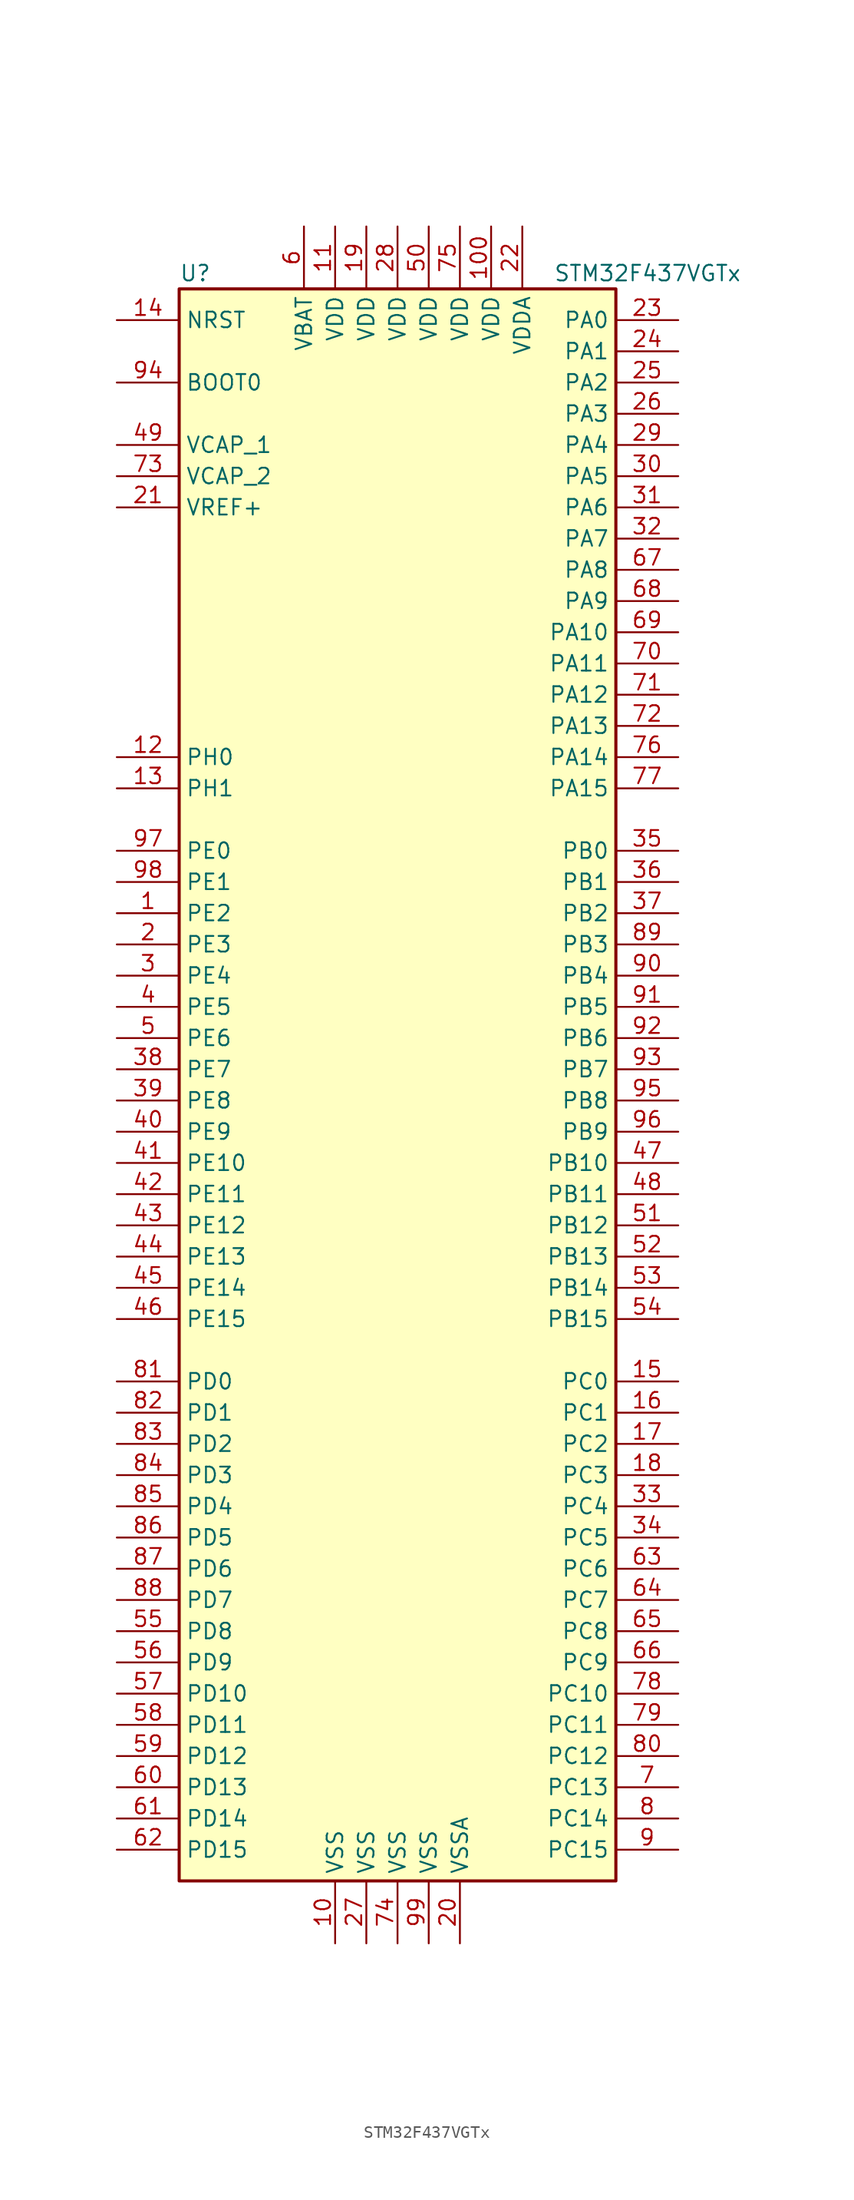
<source format=kicad_sym>
(kicad_symbol_lib
  (version 20220914)
  (generator kicad_symbol_editor)
  (symbol "STM32F437VGTx"
    (property "Reference" "U"
      (at -17.78 64.77 0)
      (effects (font (size 1.27 1.27)) (justify left)))
    (property "Value" "STM32F437VGTx"
      (at 12.7 64.77 0)
      (effects (font (size 1.27 1.27)) (justify left)))
    (symbol "STM32F437VGTx_0_1"
      (rectangle (start -17.78 -66.04) (end 17.78 63.5) (stroke (width 0.254) (type default)) (fill (type background))))
    (symbol "STM32F437VGTx_1_1"
      (pin bidirectional line (at -22.86 12.7 0) (length 5.08) (name "PE2" (effects (font (size 1.27 1.27)))) (number "1" (effects (font (size 1.27 1.27)))))
      (pin power_in line (at -5.08 -71.12 90) (length 5.08) (name "VSS" (effects (font (size 1.27 1.27)))) (number "10" (effects (font (size 1.27 1.27)))))
      (pin power_in line (at 7.62 68.58 270) (length 5.08) (name "VDD" (effects (font (size 1.27 1.27)))) (number "100" (effects (font (size 1.27 1.27)))))
      (pin power_in line (at -5.08 68.58 270) (length 5.08) (name "VDD" (effects (font (size 1.27 1.27)))) (number "11" (effects (font (size 1.27 1.27)))))
      (pin input line (at -22.86 25.4 0) (length 5.08) (name "PH0" (effects (font (size 1.27 1.27)))) (number "12" (effects (font (size 1.27 1.27)))))
      (pin input line (at -22.86 22.86 0) (length 5.08) (name "PH1" (effects (font (size 1.27 1.27)))) (number "13" (effects (font (size 1.27 1.27)))))
      (pin input line (at -22.86 60.96 0) (length 5.08) (name "NRST" (effects (font (size 1.27 1.27)))) (number "14" (effects (font (size 1.27 1.27)))))
      (pin bidirectional line (at 22.86 -25.4 180) (length 5.08) (name "PC0" (effects (font (size 1.27 1.27)))) (number "15" (effects (font (size 1.27 1.27)))))
      (pin bidirectional line (at 22.86 -27.94 180) (length 5.08) (name "PC1" (effects (font (size 1.27 1.27)))) (number "16" (effects (font (size 1.27 1.27)))))
      (pin bidirectional line (at 22.86 -30.48 180) (length 5.08) (name "PC2" (effects (font (size 1.27 1.27)))) (number "17" (effects (font (size 1.27 1.27)))))
      (pin bidirectional line (at 22.86 -33.02 180) (length 5.08) (name "PC3" (effects (font (size 1.27 1.27)))) (number "18" (effects (font (size 1.27 1.27)))))
      (pin power_in line (at -2.54 68.58 270) (length 5.08) (name "VDD" (effects (font (size 1.27 1.27)))) (number "19" (effects (font (size 1.27 1.27)))))
      (pin bidirectional line (at -22.86 10.16 0) (length 5.08) (name "PE3" (effects (font (size 1.27 1.27)))) (number "2" (effects (font (size 1.27 1.27)))))
      (pin power_in line (at 5.08 -71.12 90) (length 5.08) (name "VSSA" (effects (font (size 1.27 1.27)))) (number "20" (effects (font (size 1.27 1.27)))))
      (pin power_in line (at -22.86 45.72 0) (length 5.08) (name "VREF+" (effects (font (size 1.27 1.27)))) (number "21" (effects (font (size 1.27 1.27)))))
      (pin power_in line (at 10.16 68.58 270) (length 5.08) (name "VDDA" (effects (font (size 1.27 1.27)))) (number "22" (effects (font (size 1.27 1.27)))))
      (pin bidirectional line (at 22.86 60.96 180) (length 5.08) (name "PA0" (effects (font (size 1.27 1.27)))) (number "23" (effects (font (size 1.27 1.27)))))
      (pin bidirectional line (at 22.86 58.42 180) (length 5.08) (name "PA1" (effects (font (size 1.27 1.27)))) (number "24" (effects (font (size 1.27 1.27)))))
      (pin bidirectional line (at 22.86 55.88 180) (length 5.08) (name "PA2" (effects (font (size 1.27 1.27)))) (number "25" (effects (font (size 1.27 1.27)))))
      (pin bidirectional line (at 22.86 53.34 180) (length 5.08) (name "PA3" (effects (font (size 1.27 1.27)))) (number "26" (effects (font (size 1.27 1.27)))))
      (pin power_in line (at -2.54 -71.12 90) (length 5.08) (name "VSS" (effects (font (size 1.27 1.27)))) (number "27" (effects (font (size 1.27 1.27)))))
      (pin power_in line (at 0 68.58 270) (length 5.08) (name "VDD" (effects (font (size 1.27 1.27)))) (number "28" (effects (font (size 1.27 1.27)))))
      (pin bidirectional line (at 22.86 50.8 180) (length 5.08) (name "PA4" (effects (font (size 1.27 1.27)))) (number "29" (effects (font (size 1.27 1.27)))))
      (pin bidirectional line (at -22.86 7.62 0) (length 5.08) (name "PE4" (effects (font (size 1.27 1.27)))) (number "3" (effects (font (size 1.27 1.27)))))
      (pin bidirectional line (at 22.86 48.26 180) (length 5.08) (name "PA5" (effects (font (size 1.27 1.27)))) (number "30" (effects (font (size 1.27 1.27)))))
      (pin bidirectional line (at 22.86 45.72 180) (length 5.08) (name "PA6" (effects (font (size 1.27 1.27)))) (number "31" (effects (font (size 1.27 1.27)))))
      (pin bidirectional line (at 22.86 43.18 180) (length 5.08) (name "PA7" (effects (font (size 1.27 1.27)))) (number "32" (effects (font (size 1.27 1.27)))))
      (pin bidirectional line (at 22.86 -35.56 180) (length 5.08) (name "PC4" (effects (font (size 1.27 1.27)))) (number "33" (effects (font (size 1.27 1.27)))))
      (pin bidirectional line (at 22.86 -38.1 180) (length 5.08) (name "PC5" (effects (font (size 1.27 1.27)))) (number "34" (effects (font (size 1.27 1.27)))))
      (pin bidirectional line (at 22.86 17.78 180) (length 5.08) (name "PB0" (effects (font (size 1.27 1.27)))) (number "35" (effects (font (size 1.27 1.27)))))
      (pin bidirectional line (at 22.86 15.24 180) (length 5.08) (name "PB1" (effects (font (size 1.27 1.27)))) (number "36" (effects (font (size 1.27 1.27)))))
      (pin bidirectional line (at 22.86 12.7 180) (length 5.08) (name "PB2" (effects (font (size 1.27 1.27)))) (number "37" (effects (font (size 1.27 1.27)))))
      (pin bidirectional line (at -22.86 0 0) (length 5.08) (name "PE7" (effects (font (size 1.27 1.27)))) (number "38" (effects (font (size 1.27 1.27)))))
      (pin bidirectional line (at -22.86 -2.54 0) (length 5.08) (name "PE8" (effects (font (size 1.27 1.27)))) (number "39" (effects (font (size 1.27 1.27)))))
      (pin bidirectional line (at -22.86 5.08 0) (length 5.08) (name "PE5" (effects (font (size 1.27 1.27)))) (number "4" (effects (font (size 1.27 1.27)))))
      (pin bidirectional line (at -22.86 -5.08 0) (length 5.08) (name "PE9" (effects (font (size 1.27 1.27)))) (number "40" (effects (font (size 1.27 1.27)))))
      (pin bidirectional line (at -22.86 -7.62 0) (length 5.08) (name "PE10" (effects (font (size 1.27 1.27)))) (number "41" (effects (font (size 1.27 1.27)))))
      (pin bidirectional line (at -22.86 -10.16 0) (length 5.08) (name "PE11" (effects (font (size 1.27 1.27)))) (number "42" (effects (font (size 1.27 1.27)))))
      (pin bidirectional line (at -22.86 -12.7 0) (length 5.08) (name "PE12" (effects (font (size 1.27 1.27)))) (number "43" (effects (font (size 1.27 1.27)))))
      (pin bidirectional line (at -22.86 -15.24 0) (length 5.08) (name "PE13" (effects (font (size 1.27 1.27)))) (number "44" (effects (font (size 1.27 1.27)))))
      (pin bidirectional line (at -22.86 -17.78 0) (length 5.08) (name "PE14" (effects (font (size 1.27 1.27)))) (number "45" (effects (font (size 1.27 1.27)))))
      (pin bidirectional line (at -22.86 -20.32 0) (length 5.08) (name "PE15" (effects (font (size 1.27 1.27)))) (number "46" (effects (font (size 1.27 1.27)))))
      (pin bidirectional line (at 22.86 -7.62 180) (length 5.08) (name "PB10" (effects (font (size 1.27 1.27)))) (number "47" (effects (font (size 1.27 1.27)))))
      (pin bidirectional line (at 22.86 -10.16 180) (length 5.08) (name "PB11" (effects (font (size 1.27 1.27)))) (number "48" (effects (font (size 1.27 1.27)))))
      (pin power_in line (at -22.86 50.8 0) (length 5.08) (name "VCAP_1" (effects (font (size 1.27 1.27)))) (number "49" (effects (font (size 1.27 1.27)))))
      (pin bidirectional line (at -22.86 2.54 0) (length 5.08) (name "PE6" (effects (font (size 1.27 1.27)))) (number "5" (effects (font (size 1.27 1.27)))))
      (pin power_in line (at 2.54 68.58 270) (length 5.08) (name "VDD" (effects (font (size 1.27 1.27)))) (number "50" (effects (font (size 1.27 1.27)))))
      (pin bidirectional line (at 22.86 -12.7 180) (length 5.08) (name "PB12" (effects (font (size 1.27 1.27)))) (number "51" (effects (font (size 1.27 1.27)))))
      (pin bidirectional line (at 22.86 -15.24 180) (length 5.08) (name "PB13" (effects (font (size 1.27 1.27)))) (number "52" (effects (font (size 1.27 1.27)))))
      (pin bidirectional line (at 22.86 -17.78 180) (length 5.08) (name "PB14" (effects (font (size 1.27 1.27)))) (number "53" (effects (font (size 1.27 1.27)))))
      (pin bidirectional line (at 22.86 -20.32 180) (length 5.08) (name "PB15" (effects (font (size 1.27 1.27)))) (number "54" (effects (font (size 1.27 1.27)))))
      (pin bidirectional line (at -22.86 -45.72 0) (length 5.08) (name "PD8" (effects (font (size 1.27 1.27)))) (number "55" (effects (font (size 1.27 1.27)))))
      (pin bidirectional line (at -22.86 -48.26 0) (length 5.08) (name "PD9" (effects (font (size 1.27 1.27)))) (number "56" (effects (font (size 1.27 1.27)))))
      (pin bidirectional line (at -22.86 -50.8 0) (length 5.08) (name "PD10" (effects (font (size 1.27 1.27)))) (number "57" (effects (font (size 1.27 1.27)))))
      (pin bidirectional line (at -22.86 -53.34 0) (length 5.08) (name "PD11" (effects (font (size 1.27 1.27)))) (number "58" (effects (font (size 1.27 1.27)))))
      (pin bidirectional line (at -22.86 -55.88 0) (length 5.08) (name "PD12" (effects (font (size 1.27 1.27)))) (number "59" (effects (font (size 1.27 1.27)))))
      (pin power_in line (at -7.62 68.58 270) (length 5.08) (name "VBAT" (effects (font (size 1.27 1.27)))) (number "6" (effects (font (size 1.27 1.27)))))
      (pin bidirectional line (at -22.86 -58.42 0) (length 5.08) (name "PD13" (effects (font (size 1.27 1.27)))) (number "60" (effects (font (size 1.27 1.27)))))
      (pin bidirectional line (at -22.86 -60.96 0) (length 5.08) (name "PD14" (effects (font (size 1.27 1.27)))) (number "61" (effects (font (size 1.27 1.27)))))
      (pin bidirectional line (at -22.86 -63.5 0) (length 5.08) (name "PD15" (effects (font (size 1.27 1.27)))) (number "62" (effects (font (size 1.27 1.27)))))
      (pin bidirectional line (at 22.86 -40.64 180) (length 5.08) (name "PC6" (effects (font (size 1.27 1.27)))) (number "63" (effects (font (size 1.27 1.27)))))
      (pin bidirectional line (at 22.86 -43.18 180) (length 5.08) (name "PC7" (effects (font (size 1.27 1.27)))) (number "64" (effects (font (size 1.27 1.27)))))
      (pin bidirectional line (at 22.86 -45.72 180) (length 5.08) (name "PC8" (effects (font (size 1.27 1.27)))) (number "65" (effects (font (size 1.27 1.27)))))
      (pin bidirectional line (at 22.86 -48.26 180) (length 5.08) (name "PC9" (effects (font (size 1.27 1.27)))) (number "66" (effects (font (size 1.27 1.27)))))
      (pin bidirectional line (at 22.86 40.64 180) (length 5.08) (name "PA8" (effects (font (size 1.27 1.27)))) (number "67" (effects (font (size 1.27 1.27)))))
      (pin bidirectional line (at 22.86 38.1 180) (length 5.08) (name "PA9" (effects (font (size 1.27 1.27)))) (number "68" (effects (font (size 1.27 1.27)))))
      (pin bidirectional line (at 22.86 35.56 180) (length 5.08) (name "PA10" (effects (font (size 1.27 1.27)))) (number "69" (effects (font (size 1.27 1.27)))))
      (pin bidirectional line (at 22.86 -58.42 180) (length 5.08) (name "PC13" (effects (font (size 1.27 1.27)))) (number "7" (effects (font (size 1.27 1.27)))))
      (pin bidirectional line (at 22.86 33.02 180) (length 5.08) (name "PA11" (effects (font (size 1.27 1.27)))) (number "70" (effects (font (size 1.27 1.27)))))
      (pin bidirectional line (at 22.86 30.48 180) (length 5.08) (name "PA12" (effects (font (size 1.27 1.27)))) (number "71" (effects (font (size 1.27 1.27)))))
      (pin bidirectional line (at 22.86 27.94 180) (length 5.08) (name "PA13" (effects (font (size 1.27 1.27)))) (number "72" (effects (font (size 1.27 1.27)))))
      (pin power_in line (at -22.86 48.26 0) (length 5.08) (name "VCAP_2" (effects (font (size 1.27 1.27)))) (number "73" (effects (font (size 1.27 1.27)))))
      (pin power_in line (at 0 -71.12 90) (length 5.08) (name "VSS" (effects (font (size 1.27 1.27)))) (number "74" (effects (font (size 1.27 1.27)))))
      (pin power_in line (at 5.08 68.58 270) (length 5.08) (name "VDD" (effects (font (size 1.27 1.27)))) (number "75" (effects (font (size 1.27 1.27)))))
      (pin bidirectional line (at 22.86 25.4 180) (length 5.08) (name "PA14" (effects (font (size 1.27 1.27)))) (number "76" (effects (font (size 1.27 1.27)))))
      (pin bidirectional line (at 22.86 22.86 180) (length 5.08) (name "PA15" (effects (font (size 1.27 1.27)))) (number "77" (effects (font (size 1.27 1.27)))))
      (pin bidirectional line (at 22.86 -50.8 180) (length 5.08) (name "PC10" (effects (font (size 1.27 1.27)))) (number "78" (effects (font (size 1.27 1.27)))))
      (pin bidirectional line (at 22.86 -53.34 180) (length 5.08) (name "PC11" (effects (font (size 1.27 1.27)))) (number "79" (effects (font (size 1.27 1.27)))))
      (pin bidirectional line (at 22.86 -60.96 180) (length 5.08) (name "PC14" (effects (font (size 1.27 1.27)))) (number "8" (effects (font (size 1.27 1.27)))))
      (pin bidirectional line (at 22.86 -55.88 180) (length 5.08) (name "PC12" (effects (font (size 1.27 1.27)))) (number "80" (effects (font (size 1.27 1.27)))))
      (pin bidirectional line (at -22.86 -25.4 0) (length 5.08) (name "PD0" (effects (font (size 1.27 1.27)))) (number "81" (effects (font (size 1.27 1.27)))))
      (pin bidirectional line (at -22.86 -27.94 0) (length 5.08) (name "PD1" (effects (font (size 1.27 1.27)))) (number "82" (effects (font (size 1.27 1.27)))))
      (pin bidirectional line (at -22.86 -30.48 0) (length 5.08) (name "PD2" (effects (font (size 1.27 1.27)))) (number "83" (effects (font (size 1.27 1.27)))))
      (pin bidirectional line (at -22.86 -33.02 0) (length 5.08) (name "PD3" (effects (font (size 1.27 1.27)))) (number "84" (effects (font (size 1.27 1.27)))))
      (pin bidirectional line (at -22.86 -35.56 0) (length 5.08) (name "PD4" (effects (font (size 1.27 1.27)))) (number "85" (effects (font (size 1.27 1.27)))))
      (pin bidirectional line (at -22.86 -38.1 0) (length 5.08) (name "PD5" (effects (font (size 1.27 1.27)))) (number "86" (effects (font (size 1.27 1.27)))))
      (pin bidirectional line (at -22.86 -40.64 0) (length 5.08) (name "PD6" (effects (font (size 1.27 1.27)))) (number "87" (effects (font (size 1.27 1.27)))))
      (pin bidirectional line (at -22.86 -43.18 0) (length 5.08) (name "PD7" (effects (font (size 1.27 1.27)))) (number "88" (effects (font (size 1.27 1.27)))))
      (pin bidirectional line (at 22.86 10.16 180) (length 5.08) (name "PB3" (effects (font (size 1.27 1.27)))) (number "89" (effects (font (size 1.27 1.27)))))
      (pin bidirectional line (at 22.86 -63.5 180) (length 5.08) (name "PC15" (effects (font (size 1.27 1.27)))) (number "9" (effects (font (size 1.27 1.27)))))
      (pin bidirectional line (at 22.86 7.62 180) (length 5.08) (name "PB4" (effects (font (size 1.27 1.27)))) (number "90" (effects (font (size 1.27 1.27)))))
      (pin bidirectional line (at 22.86 5.08 180) (length 5.08) (name "PB5" (effects (font (size 1.27 1.27)))) (number "91" (effects (font (size 1.27 1.27)))))
      (pin bidirectional line (at 22.86 2.54 180) (length 5.08) (name "PB6" (effects (font (size 1.27 1.27)))) (number "92" (effects (font (size 1.27 1.27)))))
      (pin bidirectional line (at 22.86 0 180) (length 5.08) (name "PB7" (effects (font (size 1.27 1.27)))) (number "93" (effects (font (size 1.27 1.27)))))
      (pin input line (at -22.86 55.88 0) (length 5.08) (name "BOOT0" (effects (font (size 1.27 1.27)))) (number "94" (effects (font (size 1.27 1.27)))))
      (pin bidirectional line (at 22.86 -2.54 180) (length 5.08) (name "PB8" (effects (font (size 1.27 1.27)))) (number "95" (effects (font (size 1.27 1.27)))))
      (pin bidirectional line (at 22.86 -5.08 180) (length 5.08) (name "PB9" (effects (font (size 1.27 1.27)))) (number "96" (effects (font (size 1.27 1.27)))))
      (pin bidirectional line (at -22.86 17.78 0) (length 5.08) (name "PE0" (effects (font (size 1.27 1.27)))) (number "97" (effects (font (size 1.27 1.27)))))
      (pin bidirectional line (at -22.86 15.24 0) (length 5.08) (name "PE1" (effects (font (size 1.27 1.27)))) (number "98" (effects (font (size 1.27 1.27)))))
      (pin power_in line (at 2.54 -71.12 90) (length 5.08) (name "VSS" (effects (font (size 1.27 1.27)))) (number "99" (effects (font (size 1.27 1.27))))))))
</source>
